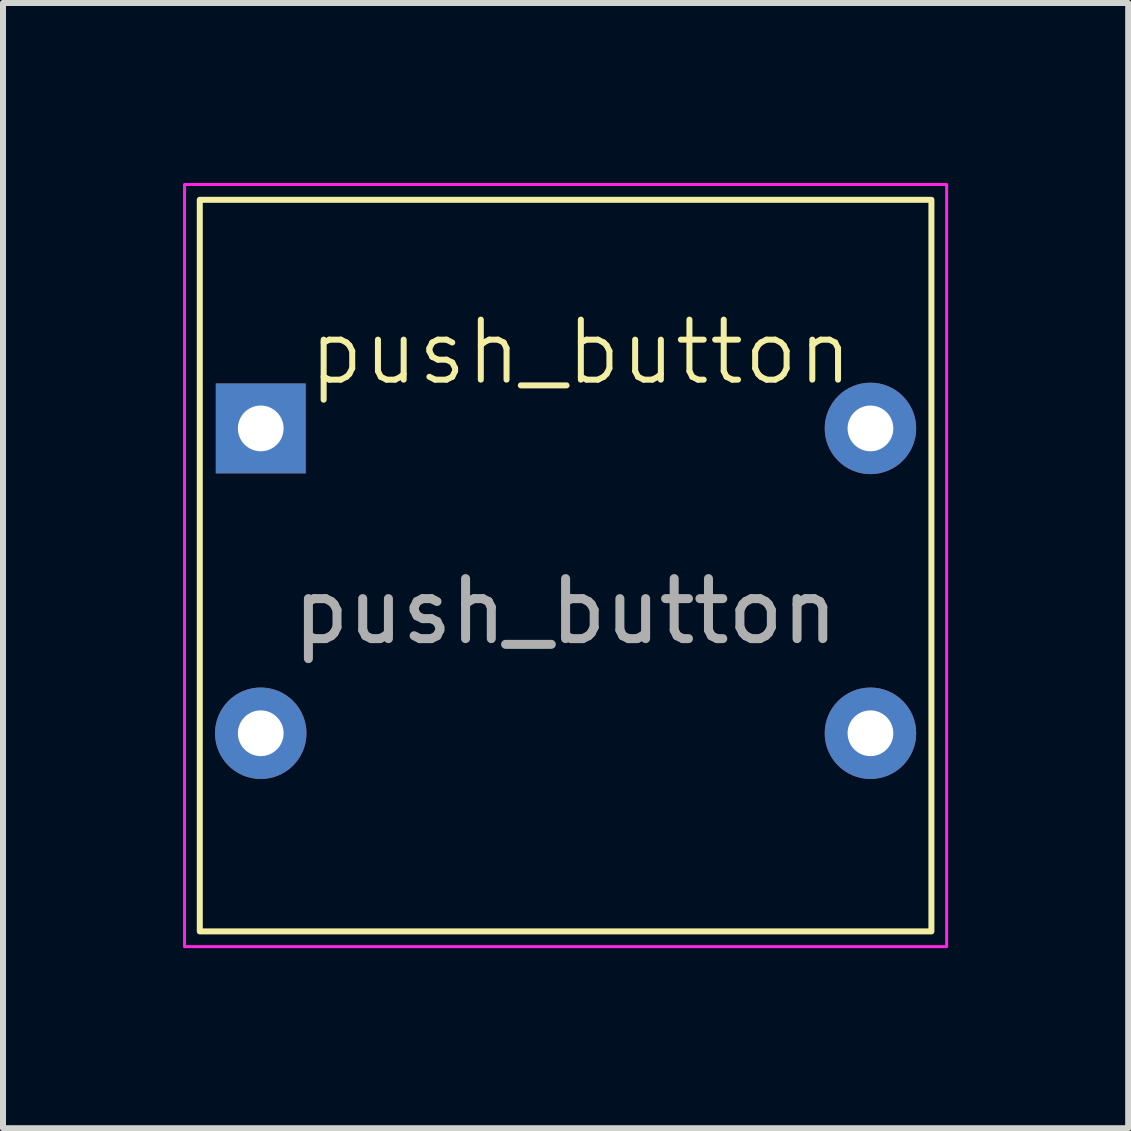
<source format=kicad_pcb>
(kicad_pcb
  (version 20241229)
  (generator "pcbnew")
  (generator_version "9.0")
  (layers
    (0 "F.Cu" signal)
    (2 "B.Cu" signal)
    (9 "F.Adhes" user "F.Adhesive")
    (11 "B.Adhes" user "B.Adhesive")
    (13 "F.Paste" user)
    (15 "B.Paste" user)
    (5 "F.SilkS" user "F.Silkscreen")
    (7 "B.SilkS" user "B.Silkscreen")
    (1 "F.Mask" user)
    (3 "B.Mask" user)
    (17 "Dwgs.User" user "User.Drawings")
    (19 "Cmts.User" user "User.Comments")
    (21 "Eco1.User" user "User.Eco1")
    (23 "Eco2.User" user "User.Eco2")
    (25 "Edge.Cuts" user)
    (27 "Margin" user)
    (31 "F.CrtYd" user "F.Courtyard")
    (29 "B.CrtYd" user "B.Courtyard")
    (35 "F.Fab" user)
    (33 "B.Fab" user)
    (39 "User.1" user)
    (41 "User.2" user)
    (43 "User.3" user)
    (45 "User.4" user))
  (footprint "push_button"
    (layer "F.Cu")
    (at 5.867 6.121)
    (property "Reference" "push_button" (at 0.762 -3.302 0) (unlocked yes) (layer "F.SilkS") (effects (font (size 1 1) (thickness 0.1))))
    (attr through_hole)
    (fp_rect (start -5.588 -5.842) (end 6.604 6.35) (stroke (width 0.1) (type default)) (fill no) (layer "F.SilkS"))
    (fp_rect (start -5.842 -6.096) (end 6.858 6.604) (stroke (width 0.05) (type default)) (fill no) (layer "F.CrtYd"))
    (fp_text user "${REFERENCE}" (at 0.508 1.016 0) (unlocked yes) (layer "F.Fab") (effects (font (size 1 1) (thickness 0.15))))
    (pad "1" thru_hole rect (at -4.572 -2.032) (size 1.498 1.498) (drill 0.762) (layers "*.Cu" "*.Mask"))
    (pad "2" thru_hole circle (at -4.572 3.048) (size 1.524 1.524) (drill 0.762) (layers "*.Cu" "*.Mask"))
    (pad "3" thru_hole circle (at 5.588 -2.032) (size 1.524 1.524) (drill 0.762) (layers "*.Cu" "*.Mask"))
    (pad "4" thru_hole circle (at 5.588 3.048) (size 1.524 1.524) (drill 0.762) (layers "*.Cu" "*.Mask")))
  (gr_rect
    (start -3 -3)
    (end 15.75 15.75)
    (stroke (width 0.1) (type default))
    (fill no)
    (layer "Edge.Cuts")))
</source>
